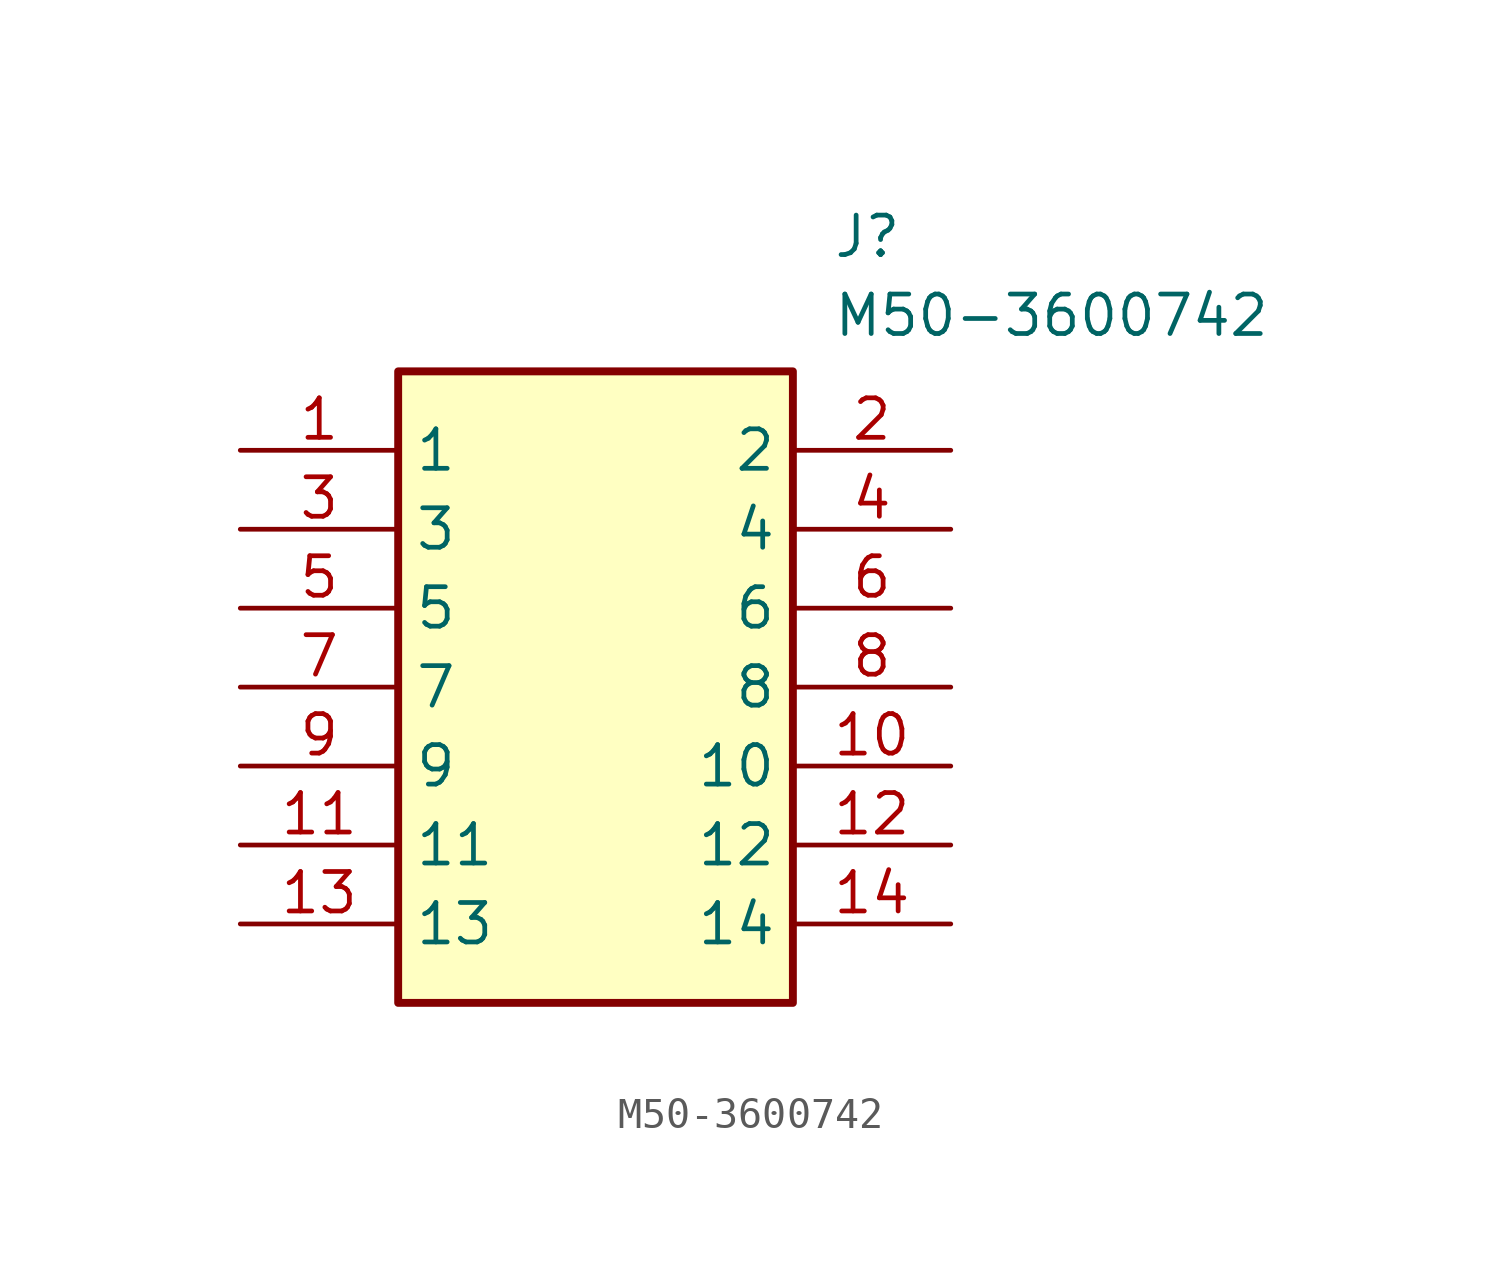
<source format=kicad_sym>
(kicad_symbol_lib
  (version 20211014)
  (generator SamacSys_ECAD_Model)
  (symbol "M50-3600742"
    (property "Reference" "J"
      (at 19.05 7.62 0)
      (effects (font (size 1.27 1.27)) (justify left top)))
    (property "Value" "M50-3600742"
      (at 19.05 5.08 0)
      (effects (font (size 1.27 1.27)) (justify left top)))
    (rectangle
      (start 5.08 2.54)
      (end 17.78 -17.78)
      (stroke (width 0.254) (type default))
      (fill (type background)))
    (pin passive line
      (at 0 0 0)
      (length 5.08)
      (name "1" (effects (font (size 1.27 1.27))))
      (number "1" (effects (font (size 1.27 1.27)))))
    (pin passive line
      (at 22.86 0 180)
      (length 5.08)
      (name "2" (effects (font (size 1.27 1.27))))
      (number "2" (effects (font (size 1.27 1.27)))))
    (pin passive line
      (at 0 -2.54 0)
      (length 5.08)
      (name "3" (effects (font (size 1.27 1.27))))
      (number "3" (effects (font (size 1.27 1.27)))))
    (pin passive line
      (at 22.86 -2.54 180)
      (length 5.08)
      (name "4" (effects (font (size 1.27 1.27))))
      (number "4" (effects (font (size 1.27 1.27)))))
    (pin passive line
      (at 0 -5.08 0)
      (length 5.08)
      (name "5" (effects (font (size 1.27 1.27))))
      (number "5" (effects (font (size 1.27 1.27)))))
    (pin passive line
      (at 22.86 -5.08 180)
      (length 5.08)
      (name "6" (effects (font (size 1.27 1.27))))
      (number "6" (effects (font (size 1.27 1.27)))))
    (pin passive line
      (at 0 -7.62 0)
      (length 5.08)
      (name "7" (effects (font (size 1.27 1.27))))
      (number "7" (effects (font (size 1.27 1.27)))))
    (pin passive line
      (at 22.86 -7.62 180)
      (length 5.08)
      (name "8" (effects (font (size 1.27 1.27))))
      (number "8" (effects (font (size 1.27 1.27)))))
    (pin passive line
      (at 0 -10.16 0)
      (length 5.08)
      (name "9" (effects (font (size 1.27 1.27))))
      (number "9" (effects (font (size 1.27 1.27)))))
    (pin passive line
      (at 22.86 -10.16 180)
      (length 5.08)
      (name "10" (effects (font (size 1.27 1.27))))
      (number "10" (effects (font (size 1.27 1.27)))))
    (pin passive line
      (at 0 -12.7 0)
      (length 5.08)
      (name "11" (effects (font (size 1.27 1.27))))
      (number "11" (effects (font (size 1.27 1.27)))))
    (pin passive line
      (at 22.86 -12.7 180)
      (length 5.08)
      (name "12" (effects (font (size 1.27 1.27))))
      (number "12" (effects (font (size 1.27 1.27)))))
    (pin passive line
      (at 0 -15.24 0)
      (length 5.08)
      (name "13" (effects (font (size 1.27 1.27))))
      (number "13" (effects (font (size 1.27 1.27)))))
    (pin passive line
      (at 22.86 -15.24 180)
      (length 5.08)
      (name "14" (effects (font (size 1.27 1.27))))
      (number "14" (effects (font (size 1.27 1.27)))))))
</source>
